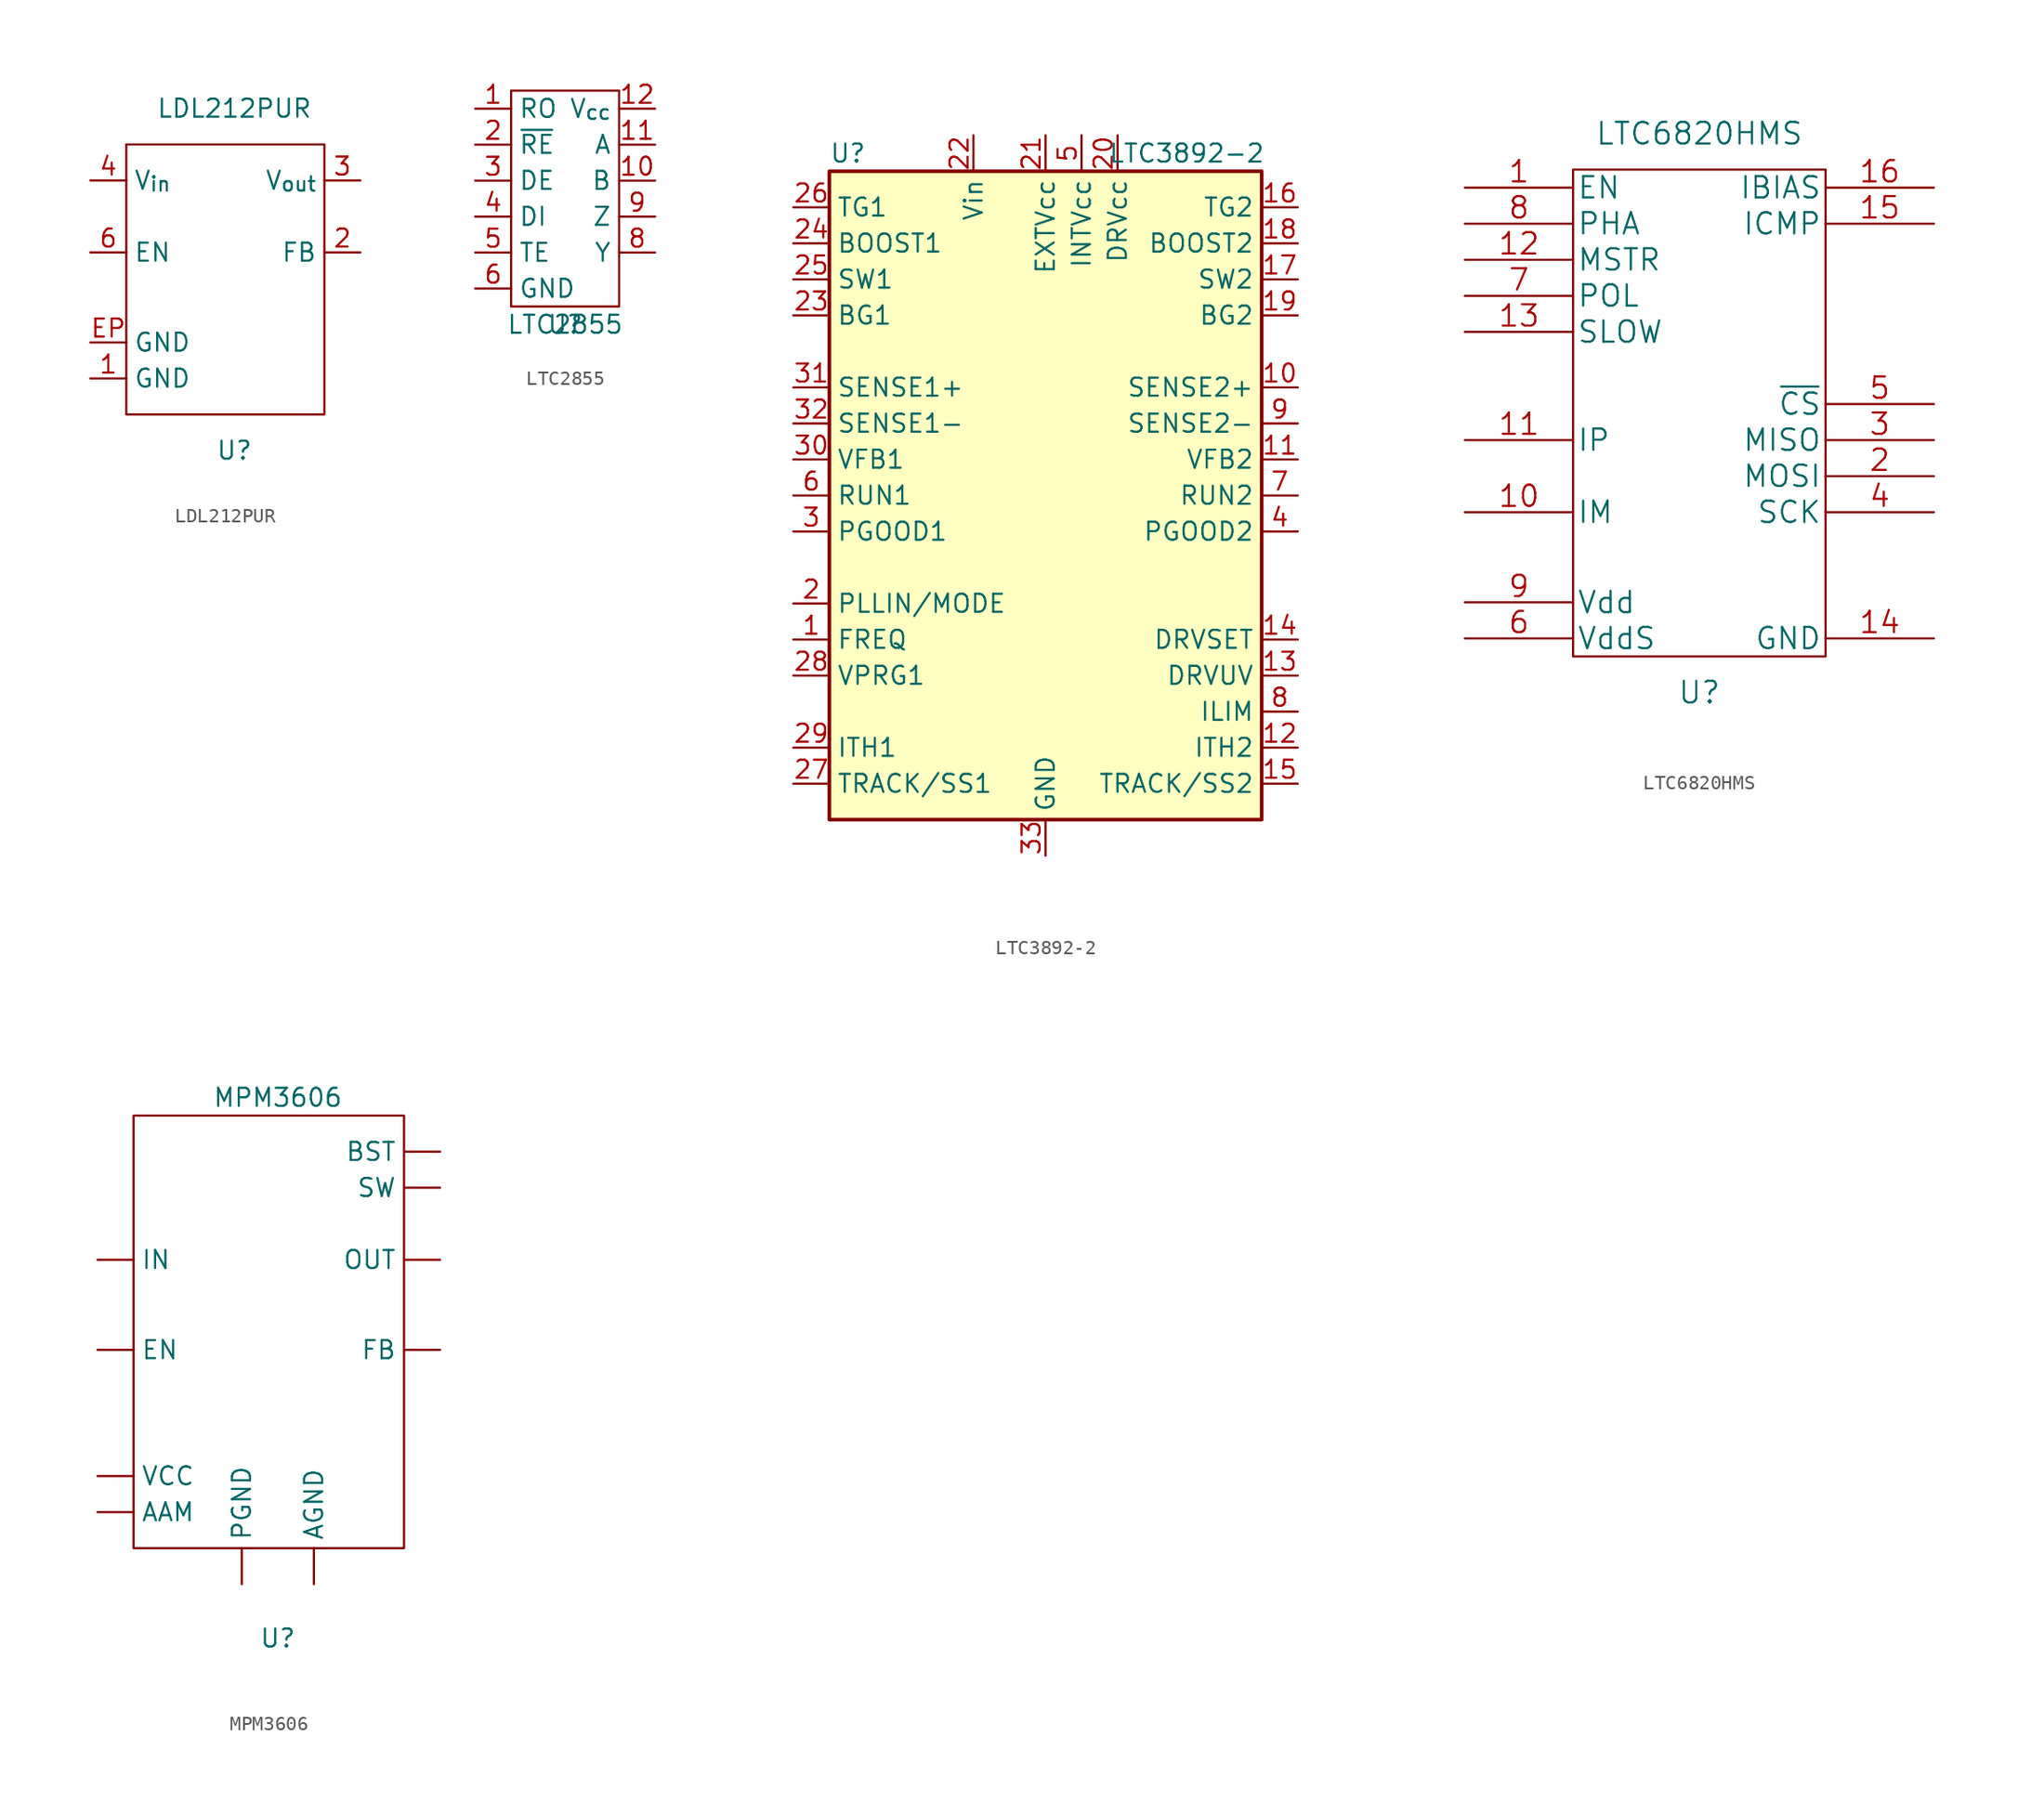
<source format=kicad_sym>
(kicad_symbol_lib
  (version 20201005)
  (generator kicad_symbol_editor)
  (symbol "proj_sym:LDL212PUR"
    (property "Reference" "U"
      (at 0 -2.54 0)
      (effects (font (size 1.27 1.27))))
    (property "Value" "LDL212PUR"
      (at 0 21.59 0)
      (effects (font (size 1.27 1.27))))
    (symbol "LDL212PUR_0_0"
      (pin power_in line (at -10.16 2.54 0) (length 2.54) (name "GND" (effects (font (size 1.27 1.27)))) (number "1" (effects (font (size 1.27 1.27)))))
      (pin input line (at 8.89 11.43 180) (length 2.54) (name "FB" (effects (font (size 1.27 1.27)))) (number "2" (effects (font (size 1.27 1.27)))))
      (pin power_out line (at 8.89 16.51 180) (length 2.54) (name "V_{out}" (effects (font (size 1.27 1.27)))) (number "3" (effects (font (size 1.27 1.27)))))
      (pin power_in line (at -10.16 16.51 0) (length 2.54) (name "V_{in}" (effects (font (size 1.27 1.27)))) (number "4" (effects (font (size 1.27 1.27)))))
      (pin no_connect line (at 8.89 2.54 180) (length 2.54) hide (name "NC" (effects (font (size 1.27 1.27)))) (number "5" (effects (font (size 1.27 1.27)))))
      (pin input line (at -10.16 11.43 0) (length 2.54) (name "EN" (effects (font (size 1.27 1.27)))) (number "6" (effects (font (size 1.27 1.27)))))
      (pin power_in line (at -10.16 5.08 0) (length 2.54) (name "GND" (effects (font (size 1.27 1.27)))) (number "EP" (effects (font (size 1.27 1.27))))))
    (symbol "LDL212PUR_0_1"
      (rectangle (start -7.62 19.05) (end 6.35 0) (stroke (width 0.152)) (fill (type none)))))
  (symbol "proj_sym:LTC2855"
    (property "Reference" "U"
      (at 0 0 0)
      (effects (font (size 1.27 1.27))))
    (property "Value" "LTC2855"
      (at 0 0 0)
      (effects (font (size 1.27 1.27))))
    (symbol "LTC2855_0_0"
      (pin tri_state line (at -6.35 15.24 0) (length 2.54) (name "RO" (effects (font (size 1.27 1.27)))) (number "1" (effects (font (size 1.27 1.27)))))
      (pin input line (at 6.35 10.16 180) (length 2.54) (name "B" (effects (font (size 1.27 1.27)))) (number "10" (effects (font (size 1.27 1.27)))))
      (pin input line (at 6.35 12.7 180) (length 2.54) (name "A" (effects (font (size 1.27 1.27)))) (number "11" (effects (font (size 1.27 1.27)))))
      (pin power_in line (at 6.35 15.24 180) (length 2.54) (name "V_{cc}" (effects (font (size 1.27 1.27)))) (number "12" (effects (font (size 1.27 1.27)))))
      (pin input line (at -6.35 12.7 0) (length 2.54) (name "~RE" (effects (font (size 1.27 1.27)))) (number "2" (effects (font (size 1.27 1.27)))))
      (pin input line (at -6.35 10.16 0) (length 2.54) (name "DE" (effects (font (size 1.27 1.27)))) (number "3" (effects (font (size 1.27 1.27)))))
      (pin input line (at -6.35 7.62 0) (length 2.54) (name "DI" (effects (font (size 1.27 1.27)))) (number "4" (effects (font (size 1.27 1.27)))))
      (pin input line (at -6.35 5.08 0) (length 2.54) (name "TE" (effects (font (size 1.27 1.27)))) (number "5" (effects (font (size 1.27 1.27)))))
      (pin power_in line (at -6.35 2.54 0) (length 2.54) (name "GND" (effects (font (size 1.27 1.27)))) (number "6" (effects (font (size 1.27 1.27)))))
      (pin no_connect line (at 6.35 2.54 180) (length 2.54) hide (name "NC" (effects (font (size 1.27 1.27)))) (number "7" (effects (font (size 1.27 1.27)))))
      (pin tri_state line (at 6.35 5.08 180) (length 2.54) (name "Y" (effects (font (size 1.27 1.27)))) (number "8" (effects (font (size 1.27 1.27)))))
      (pin tri_state line (at 6.35 7.62 180) (length 2.54) (name "Z" (effects (font (size 1.27 1.27)))) (number "9" (effects (font (size 1.27 1.27))))))
    (symbol "LTC2855_0_1"
      (rectangle (start -3.81 16.51) (end 3.81 1.27) (stroke (width 0.152)) (fill (type none)))))
  (symbol "proj_sym:LTC3892-2"
    (property "Reference" "U"
      (at -15.24 24.13 0)
      (effects (font (size 1.27 1.27)) (justify left)))
    (property "Value" "LTC3892-2"
      (at 15.494 24.13 0)
      (effects (font (size 1.27 1.27)) (justify right)))
    (symbol "LTC3892-2_0_1"
      (rectangle (start -15.24 22.86) (end 15.24 -22.86) (stroke (width 0.254)) (fill (type background))))
    (symbol "LTC3892-2_1_1"
      (pin input line (at -17.78 -10.16 0) (length 2.54) (name "FREQ" (effects (font (size 1.27 1.27)))) (number "1" (effects (font (size 1.27 1.27)))))
      (pin input line (at 17.78 7.62 180) (length 2.54) (name "SENSE2+" (effects (font (size 1.27 1.27)))) (number "10" (effects (font (size 1.27 1.27)))))
      (pin input line (at 17.78 2.54 180) (length 2.54) (name "VFB2" (effects (font (size 1.27 1.27)))) (number "11" (effects (font (size 1.27 1.27)))))
      (pin passive line (at 17.78 -17.78 180) (length 2.54) (name "ITH2" (effects (font (size 1.27 1.27)))) (number "12" (effects (font (size 1.27 1.27)))))
      (pin input line (at 17.78 -12.7 180) (length 2.54) (name "DRVUV" (effects (font (size 1.27 1.27)))) (number "13" (effects (font (size 1.27 1.27)))))
      (pin input line (at 17.78 -10.16 180) (length 2.54) (name "DRVSET" (effects (font (size 1.27 1.27)))) (number "14" (effects (font (size 1.27 1.27)))))
      (pin input line (at 17.78 -20.32 180) (length 2.54) (name "TRACK/SS2" (effects (font (size 1.27 1.27)))) (number "15" (effects (font (size 1.27 1.27)))))
      (pin output line (at 17.78 20.32 180) (length 2.54) (name "TG2" (effects (font (size 1.27 1.27)))) (number "16" (effects (font (size 1.27 1.27)))))
      (pin output line (at 17.78 15.24 180) (length 2.54) (name "SW2" (effects (font (size 1.27 1.27)))) (number "17" (effects (font (size 1.27 1.27)))))
      (pin output line (at 17.78 17.78 180) (length 2.54) (name "BOOST2" (effects (font (size 1.27 1.27)))) (number "18" (effects (font (size 1.27 1.27)))))
      (pin output line (at 17.78 12.7 180) (length 2.54) (name "BG2" (effects (font (size 1.27 1.27)))) (number "19" (effects (font (size 1.27 1.27)))))
      (pin input line (at -17.78 -7.62 0) (length 2.54) (name "PLLIN/MODE" (effects (font (size 1.27 1.27)))) (number "2" (effects (font (size 1.27 1.27)))))
      (pin power_out line (at 5.08 25.4 270) (length 2.54) (name "DRVcc" (effects (font (size 1.27 1.27)))) (number "20" (effects (font (size 1.27 1.27)))))
      (pin power_in line (at 0 25.4 270) (length 2.54) (name "EXTVcc" (effects (font (size 1.27 1.27)))) (number "21" (effects (font (size 1.27 1.27)))))
      (pin power_in line (at -5.08 25.4 270) (length 2.54) (name "Vin" (effects (font (size 1.27 1.27)))) (number "22" (effects (font (size 1.27 1.27)))))
      (pin output line (at -17.78 12.7 0) (length 2.54) (name "BG1" (effects (font (size 1.27 1.27)))) (number "23" (effects (font (size 1.27 1.27)))))
      (pin output line (at -17.78 17.78 0) (length 2.54) (name "BOOST1" (effects (font (size 1.27 1.27)))) (number "24" (effects (font (size 1.27 1.27)))))
      (pin output line (at -17.78 15.24 0) (length 2.54) (name "SW1" (effects (font (size 1.27 1.27)))) (number "25" (effects (font (size 1.27 1.27)))))
      (pin output line (at -17.78 20.32 0) (length 2.54) (name "TG1" (effects (font (size 1.27 1.27)))) (number "26" (effects (font (size 1.27 1.27)))))
      (pin input line (at -17.78 -20.32 0) (length 2.54) (name "TRACK/SS1" (effects (font (size 1.27 1.27)))) (number "27" (effects (font (size 1.27 1.27)))))
      (pin passive line (at -17.78 -12.7 0) (length 2.54) (name "VPRG1" (effects (font (size 1.27 1.27)))) (number "28" (effects (font (size 1.27 1.27)))))
      (pin passive line (at -17.78 -17.78 0) (length 2.54) (name "ITH1" (effects (font (size 1.27 1.27)))) (number "29" (effects (font (size 1.27 1.27)))))
      (pin output line (at -17.78 -2.54 0) (length 2.54) (name "PGOOD1" (effects (font (size 1.27 1.27)))) (number "3" (effects (font (size 1.27 1.27)))))
      (pin input line (at -17.78 2.54 0) (length 2.54) (name "VFB1" (effects (font (size 1.27 1.27)))) (number "30" (effects (font (size 1.27 1.27)))))
      (pin input line (at -17.78 7.62 0) (length 2.54) (name "SENSE1+" (effects (font (size 1.27 1.27)))) (number "31" (effects (font (size 1.27 1.27)))))
      (pin input line (at -17.78 5.08 0) (length 2.54) (name "SENSE1-" (effects (font (size 1.27 1.27)))) (number "32" (effects (font (size 1.27 1.27)))))
      (pin power_in line (at 0 -25.4 90) (length 2.54) (name "GND" (effects (font (size 1.27 1.27)))) (number "33" (effects (font (size 1.27 1.27)))))
      (pin output line (at 17.78 -2.54 180) (length 2.54) (name "PGOOD2" (effects (font (size 1.27 1.27)))) (number "4" (effects (font (size 1.27 1.27)))))
      (pin power_out line (at 2.54 25.4 270) (length 2.54) (name "INTVcc" (effects (font (size 1.27 1.27)))) (number "5" (effects (font (size 1.27 1.27)))))
      (pin input line (at -17.78 0 0) (length 2.54) (name "RUN1" (effects (font (size 1.27 1.27)))) (number "6" (effects (font (size 1.27 1.27)))))
      (pin input line (at 17.78 0 180) (length 2.54) (name "RUN2" (effects (font (size 1.27 1.27)))) (number "7" (effects (font (size 1.27 1.27)))))
      (pin input line (at 17.78 -15.24 180) (length 2.54) (name "ILIM" (effects (font (size 1.27 1.27)))) (number "8" (effects (font (size 1.27 1.27)))))
      (pin input line (at 17.78 5.08 180) (length 2.54) (name "SENSE2-" (effects (font (size 1.27 1.27)))) (number "9" (effects (font (size 1.27 1.27)))))))
  (symbol "proj_sym:LTC6820HMS"
    (pin_names
      (offset 0.254))
    (property "Reference" "U"
      (at 16.51 -35.56 0)
      (effects (font (size 1.524 1.524))))
    (property "Value" "LTC6820HMS"
      (at 16.51 3.81 0)
      (effects (font (size 1.524 1.524))))
    (symbol "LTC6820HMS_0_1"
      (rectangle (start 7.62 1.27) (end 25.4 -33.02) (stroke (width 0.152)) (fill (type none))))
    (symbol "LTC6820HMS_1_1"
      (pin input line (at 0 0 0) (length 7.62) (name "EN" (effects (font (size 1.499 1.499)))) (number "1" (effects (font (size 1.499 1.499)))))
      (pin bidirectional line (at 0 -22.86 0) (length 7.62) (name "IM" (effects (font (size 1.499 1.499)))) (number "10" (effects (font (size 1.499 1.499)))))
      (pin bidirectional line (at 0 -17.78 0) (length 7.62) (name "IP" (effects (font (size 1.499 1.499)))) (number "11" (effects (font (size 1.499 1.499)))))
      (pin input line (at 0 -5.08 0) (length 7.62) (name "MSTR" (effects (font (size 1.499 1.499)))) (number "12" (effects (font (size 1.499 1.499)))))
      (pin input line (at 0 -10.16 0) (length 7.62) (name "SLOW" (effects (font (size 1.499 1.499)))) (number "13" (effects (font (size 1.499 1.499)))))
      (pin power_in line (at 33.02 -31.75 180) (length 7.62) (name "GND" (effects (font (size 1.499 1.499)))) (number "14" (effects (font (size 1.499 1.499)))))
      (pin input line (at 33.02 -2.54 180) (length 7.62) (name "ICMP" (effects (font (size 1.499 1.499)))) (number "15" (effects (font (size 1.499 1.499)))))
      (pin input line (at 33.02 0 180) (length 7.62) (name "IBIAS" (effects (font (size 1.499 1.499)))) (number "16" (effects (font (size 1.499 1.499)))))
      (pin bidirectional line (at 33.02 -20.32 180) (length 7.62) (name "MOSI" (effects (font (size 1.499 1.499)))) (number "2" (effects (font (size 1.499 1.499)))))
      (pin bidirectional line (at 33.02 -17.78 180) (length 7.62) (name "MISO" (effects (font (size 1.499 1.499)))) (number "3" (effects (font (size 1.499 1.499)))))
      (pin bidirectional line (at 33.02 -22.86 180) (length 7.62) (name "SCK" (effects (font (size 1.499 1.499)))) (number "4" (effects (font (size 1.499 1.499)))))
      (pin bidirectional line (at 33.02 -15.24 180) (length 7.62) (name "~CS" (effects (font (size 1.499 1.499)))) (number "5" (effects (font (size 1.499 1.499)))))
      (pin power_in line (at 0 -31.75 0) (length 7.62) (name "VddS" (effects (font (size 1.499 1.499)))) (number "6" (effects (font (size 1.499 1.499)))))
      (pin input line (at 0 -7.62 0) (length 7.62) (name "POL" (effects (font (size 1.499 1.499)))) (number "7" (effects (font (size 1.499 1.499)))))
      (pin input line (at 0 -2.54 0) (length 7.62) (name "PHA" (effects (font (size 1.499 1.499)))) (number "8" (effects (font (size 1.499 1.499)))))
      (pin power_in line (at 0 -29.21 0) (length 7.62) (name "Vdd" (effects (font (size 1.499 1.499)))) (number "9" (effects (font (size 1.499 1.499)))))))
  (symbol "proj_sym:MPM3606"
    (pin_numbers hide)
    (property "Reference" "U"
      (at 0 -3.81 0)
      (effects (font (size 1.27 1.27))))
    (property "Value" "MPM3606"
      (at 0 34.29 0)
      (effects (font (size 1.27 1.27))))
    (symbol "MPM3606_0_0"
      (pin input line (at 11.43 16.51 180) (length 2.54) (name "FB" (effects (font (size 1.27 1.27)))) (number "1" (effects (font (size 1.27 1.27)))))
      (pin no_connect line (at 11.43 6.35 180) (length 2.54) hide (name "NC" (effects (font (size 1.27 1.27)))) (number "10" (effects (font (size 1.27 1.27)))))
      (pin passive line (at 11.43 30.48 180) (length 2.54) (name "BST" (effects (font (size 1.27 1.27)))) (number "11" (effects (font (size 1.27 1.27)))))
      (pin power_out line (at -2.54 0 90) (length 2.54) (name "PGND" (effects (font (size 1.27 1.27)))) (number "12,13,14" (effects (font (size 1.27 1.27)))))
      (pin no_connect line (at 11.43 8.89 180) (length 2.54) hide (name "NC" (effects (font (size 1.27 1.27)))) (number "15" (effects (font (size 1.27 1.27)))))
      (pin power_in line (at -12.7 22.86 0) (length 2.54) (name "IN" (effects (font (size 1.27 1.27)))) (number "16" (effects (font (size 1.27 1.27)))))
      (pin input line (at -12.7 16.51 0) (length 2.54) (name "EN" (effects (font (size 1.27 1.27)))) (number "17" (effects (font (size 1.27 1.27)))))
      (pin input line (at -12.7 5.08 0) (length 2.54) (name "AAM" (effects (font (size 1.27 1.27)))) (number "18" (effects (font (size 1.27 1.27)))))
      (pin no_connect line (at 11.43 11.43 180) (length 2.54) hide (name "NC" (effects (font (size 1.27 1.27)))) (number "19" (effects (font (size 1.27 1.27)))))
      (pin power_in line (at -12.7 7.62 0) (length 2.54) (name "VCC" (effects (font (size 1.27 1.27)))) (number "2" (effects (font (size 1.27 1.27)))))
      (pin no_connect line (at 11.43 3.81 180) (length 2.54) hide (name "NC" (effects (font (size 1.27 1.27)))) (number "20" (effects (font (size 1.27 1.27)))))
      (pin power_in line (at 2.54 0 90) (length 2.54) (name "AGND" (effects (font (size 1.27 1.27)))) (number "3" (effects (font (size 1.27 1.27)))))
      (pin output line (at 11.43 27.94 180) (length 2.54) (name "SW" (effects (font (size 1.27 1.27)))) (number "4,5,6" (effects (font (size 1.27 1.27)))))
      (pin power_out line (at 11.43 22.86 180) (length 2.54) (name "OUT" (effects (font (size 1.27 1.27)))) (number "7,8,9" (effects (font (size 1.27 1.27))))))
    (symbol "MPM3606_0_1"
      (rectangle (start -10.16 33.02) (end 8.89 2.54) (stroke (width 0.152)) (fill (type none))))))
</source>
